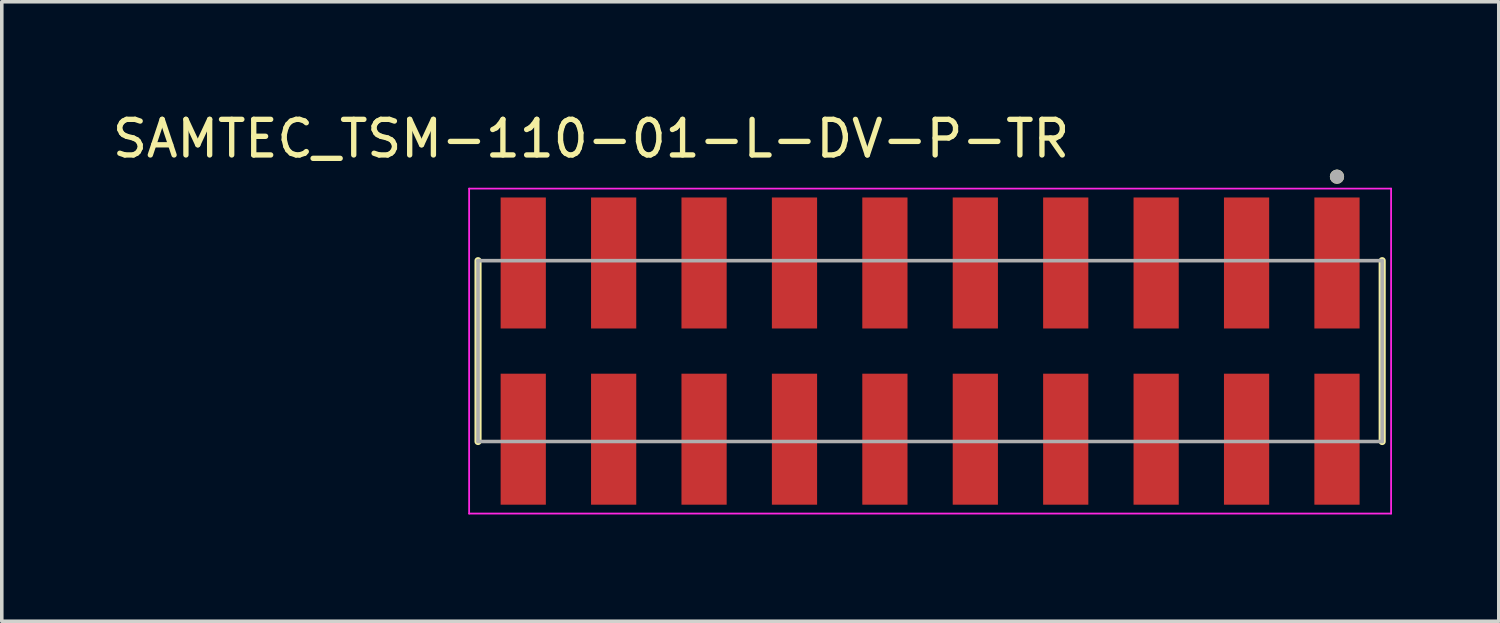
<source format=kicad_pcb>
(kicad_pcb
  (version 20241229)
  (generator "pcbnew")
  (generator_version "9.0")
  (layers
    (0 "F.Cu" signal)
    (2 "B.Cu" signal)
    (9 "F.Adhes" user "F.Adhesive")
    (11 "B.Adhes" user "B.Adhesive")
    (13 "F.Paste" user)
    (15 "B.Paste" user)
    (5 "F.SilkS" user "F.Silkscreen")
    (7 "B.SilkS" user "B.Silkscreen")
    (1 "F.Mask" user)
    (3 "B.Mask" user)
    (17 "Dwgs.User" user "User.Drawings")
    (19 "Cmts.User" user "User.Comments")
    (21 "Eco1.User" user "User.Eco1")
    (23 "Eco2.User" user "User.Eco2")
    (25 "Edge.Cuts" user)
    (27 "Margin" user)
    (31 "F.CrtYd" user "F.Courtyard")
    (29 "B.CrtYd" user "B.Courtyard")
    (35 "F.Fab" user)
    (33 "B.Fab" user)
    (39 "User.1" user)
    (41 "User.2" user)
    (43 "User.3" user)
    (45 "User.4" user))
  (footprint "SAMTEC_TSM-110-01-L-DV-P-TR"
    (layer "F.Cu")
    (at 23.079 6.813)
    (property "Reference" "SAMTEC_TSM-110-01-L-DV-P-TR" (at -9.525 -5.965 0) (layer "F.SilkS") (effects (font (size 1 1) (thickness 0.15))))
    (attr smd)
    (fp_line (start -12.7 2.54) (end -12.7 -2.54) (stroke (width 0.2) (type solid)) (layer "F.SilkS"))
    (fp_line (start 12.7 -2.54) (end 12.7 2.54) (stroke (width 0.2) (type solid)) (layer "F.SilkS"))
    (fp_circle (center 11.43 -4.9) (end 11.53 -4.9) (stroke (width 0.2) (type solid)) (fill no) (layer "F.SilkS"))
    (fp_line (start -12.95 -4.565) (end 12.95 -4.565) (stroke (width 0.05) (type solid)) (layer "F.CrtYd"))
    (fp_line (start -12.95 4.565) (end -12.95 -4.565) (stroke (width 0.05) (type solid)) (layer "F.CrtYd"))
    (fp_line (start 12.95 -4.565) (end 12.95 4.565) (stroke (width 0.05) (type solid)) (layer "F.CrtYd"))
    (fp_line (start 12.95 4.565) (end -12.95 4.565) (stroke (width 0.05) (type solid)) (layer "F.CrtYd"))
    (fp_line (start -12.7 -2.54) (end 12.7 -2.54) (stroke (width 0.1) (type solid)) (layer "F.Fab"))
    (fp_line (start -12.7 2.54) (end -12.7 -2.54) (stroke (width 0.1) (type solid)) (layer "F.Fab"))
    (fp_line (start 12.7 -2.54) (end 12.7 2.54) (stroke (width 0.1) (type solid)) (layer "F.Fab"))
    (fp_line (start 12.7 2.54) (end -12.7 2.54) (stroke (width 0.1) (type solid)) (layer "F.Fab"))
    (fp_circle (center 11.43 -4.9) (end 11.53 -4.9) (stroke (width 0.2) (type solid)) (fill no) (layer "F.Fab"))
    (pad "01" smd rect (at 11.43 -2.475) (size 1.27 3.68) (layers "F.Cu" "F.Mask" "F.Paste"))
    (pad "02" smd rect (at 11.43 2.475) (size 1.27 3.68) (layers "F.Cu" "F.Mask" "F.Paste"))
    (pad "03" smd rect (at 8.89 -2.475) (size 1.27 3.68) (layers "F.Cu" "F.Mask" "F.Paste"))
    (pad "04" smd rect (at 8.89 2.475) (size 1.27 3.68) (layers "F.Cu" "F.Mask" "F.Paste"))
    (pad "05" smd rect (at 6.35 -2.475) (size 1.27 3.68) (layers "F.Cu" "F.Mask" "F.Paste"))
    (pad "06" smd rect (at 6.35 2.475) (size 1.27 3.68) (layers "F.Cu" "F.Mask" "F.Paste"))
    (pad "07" smd rect (at 3.81 -2.475) (size 1.27 3.68) (layers "F.Cu" "F.Mask" "F.Paste"))
    (pad "08" smd rect (at 3.81 2.475) (size 1.27 3.68) (layers "F.Cu" "F.Mask" "F.Paste"))
    (pad "09" smd rect (at 1.27 -2.475) (size 1.27 3.68) (layers "F.Cu" "F.Mask" "F.Paste"))
    (pad "10" smd rect (at 1.27 2.475) (size 1.27 3.68) (layers "F.Cu" "F.Mask" "F.Paste"))
    (pad "11" smd rect (at -1.27 -2.475) (size 1.27 3.68) (layers "F.Cu" "F.Mask" "F.Paste"))
    (pad "12" smd rect (at -1.27 2.475) (size 1.27 3.68) (layers "F.Cu" "F.Mask" "F.Paste"))
    (pad "13" smd rect (at -3.81 -2.475) (size 1.27 3.68) (layers "F.Cu" "F.Mask" "F.Paste"))
    (pad "14" smd rect (at -3.81 2.475) (size 1.27 3.68) (layers "F.Cu" "F.Mask" "F.Paste"))
    (pad "15" smd rect (at -6.35 -2.475) (size 1.27 3.68) (layers "F.Cu" "F.Mask" "F.Paste"))
    (pad "16" smd rect (at -6.35 2.475) (size 1.27 3.68) (layers "F.Cu" "F.Mask" "F.Paste"))
    (pad "17" smd rect (at -8.89 -2.475) (size 1.27 3.68) (layers "F.Cu" "F.Mask" "F.Paste"))
    (pad "18" smd rect (at -8.89 2.475) (size 1.27 3.68) (layers "F.Cu" "F.Mask" "F.Paste"))
    (pad "19" smd rect (at -11.43 -2.475) (size 1.27 3.68) (layers "F.Cu" "F.Mask" "F.Paste"))
    (pad "20" smd rect (at -11.43 2.475) (size 1.27 3.68) (layers "F.Cu" "F.Mask" "F.Paste")))
  (gr_rect
    (start -3 -3)
    (end 39.054 14.403)
    (stroke (width 0.1) (type default))
    (fill no)
    (layer "Edge.Cuts")))
</source>
